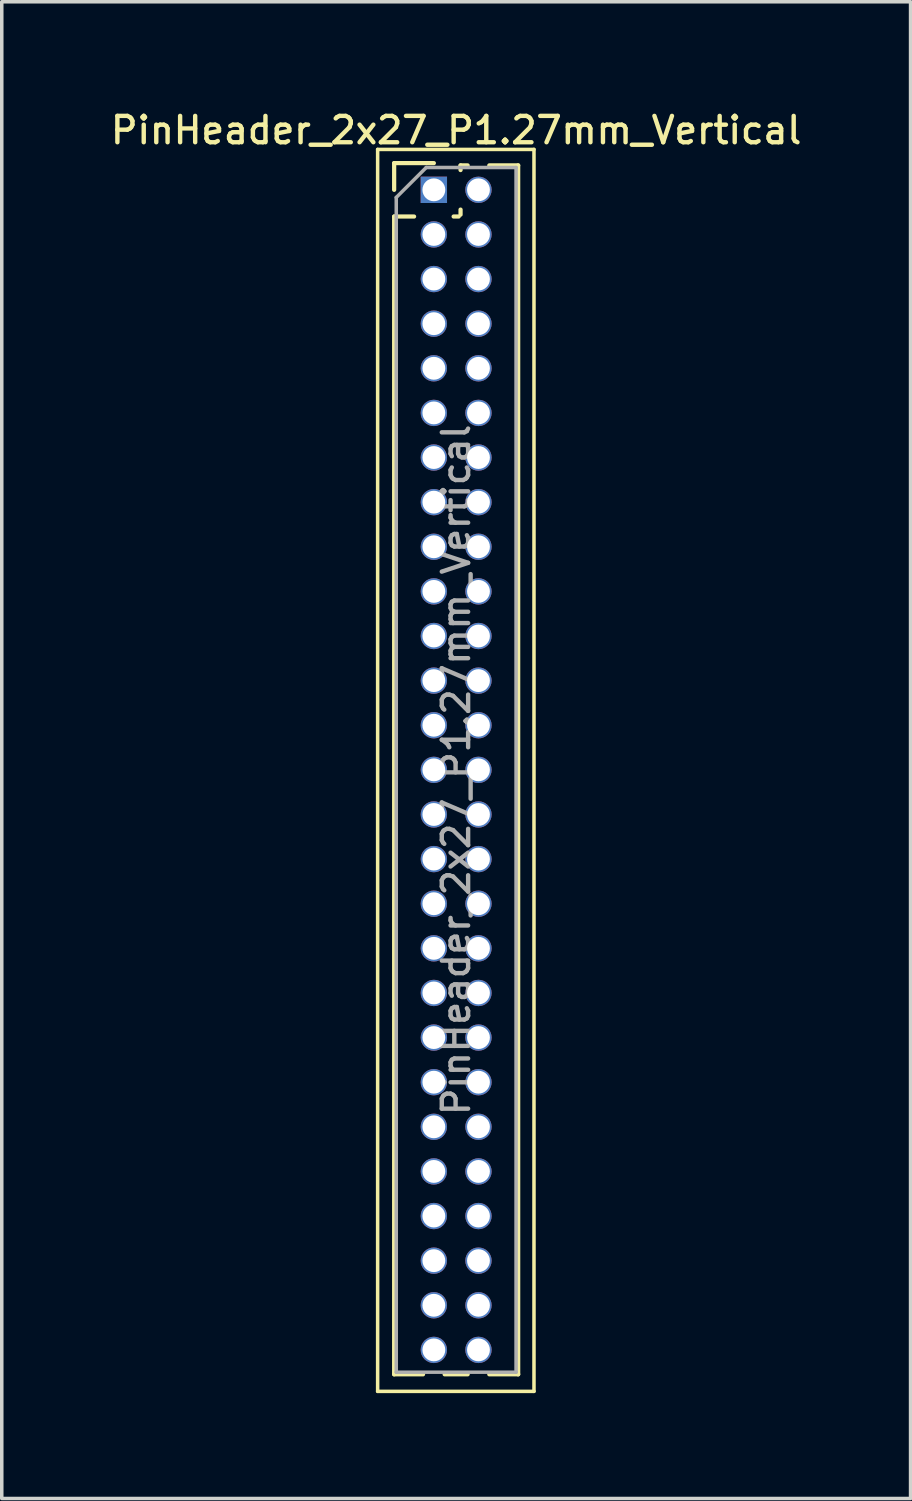
<source format=kicad_pcb>
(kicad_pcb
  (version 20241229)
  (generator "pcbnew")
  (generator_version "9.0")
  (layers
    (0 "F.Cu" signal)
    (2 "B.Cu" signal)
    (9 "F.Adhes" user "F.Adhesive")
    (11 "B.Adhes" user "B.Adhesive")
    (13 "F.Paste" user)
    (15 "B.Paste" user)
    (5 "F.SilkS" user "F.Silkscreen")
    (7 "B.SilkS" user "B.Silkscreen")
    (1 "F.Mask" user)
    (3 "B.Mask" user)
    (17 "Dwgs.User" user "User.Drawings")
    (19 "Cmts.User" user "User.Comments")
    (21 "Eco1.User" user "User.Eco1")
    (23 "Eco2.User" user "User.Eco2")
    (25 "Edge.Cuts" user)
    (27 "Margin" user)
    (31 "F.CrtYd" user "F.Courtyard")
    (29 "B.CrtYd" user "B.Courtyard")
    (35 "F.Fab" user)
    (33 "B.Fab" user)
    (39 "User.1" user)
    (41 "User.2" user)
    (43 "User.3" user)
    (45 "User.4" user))
  (footprint "PinHeader_2x27_P1.27mm_Vertical"
    (layer "F.Cu")
    (at 9.299 2.353)
    (property "Reference" "PinHeader_2x27_P1.27mm_Vertical" (at 0.635 -1.695 0) (layer "F.SilkS") (effects (font (size 0.75 0.75) (thickness 0.125))))
    (attr through_hole)
    (fp_line (start -1.6 -1.15) (end -1.6 34.2) (stroke (width 0.1) (type solid)) (layer "F.SilkS"))
    (fp_line (start -1.6 34.2) (end 2.85 34.2) (stroke (width 0.1) (type solid)) (layer "F.SilkS"))
    (fp_line (start -1.13 -0.76) (end 0 -0.76) (stroke (width 0.12) (type solid)) (layer "F.SilkS"))
    (fp_line (start -1.13 0) (end -1.13 -0.76) (stroke (width 0.12) (type solid)) (layer "F.SilkS"))
    (fp_line (start -1.13 0.76) (end -1.13 33.715) (stroke (width 0.12) (type solid)) (layer "F.SilkS"))
    (fp_line (start -1.13 0.76) (end -0.563 0.76) (stroke (width 0.12) (type solid)) (layer "F.SilkS"))
    (fp_line (start -1.13 33.715) (end -0.308 33.715) (stroke (width 0.12) (type solid)) (layer "F.SilkS"))
    (fp_line (start 0.308 33.715) (end 0.962 33.715) (stroke (width 0.12) (type solid)) (layer "F.SilkS"))
    (fp_line (start 0.563 0.76) (end 0.707 0.76) (stroke (width 0.12) (type solid)) (layer "F.SilkS"))
    (fp_line (start 0.76 -0.695) (end 0.962 -0.695) (stroke (width 0.12) (type solid)) (layer "F.SilkS"))
    (fp_line (start 0.76 -0.563) (end 0.76 -0.695) (stroke (width 0.12) (type solid)) (layer "F.SilkS"))
    (fp_line (start 0.76 0.707) (end 0.76 0.563) (stroke (width 0.12) (type solid)) (layer "F.SilkS"))
    (fp_line (start 1.578 -0.695) (end 2.4 -0.695) (stroke (width 0.12) (type solid)) (layer "F.SilkS"))
    (fp_line (start 1.578 33.715) (end 2.4 33.715) (stroke (width 0.12) (type solid)) (layer "F.SilkS"))
    (fp_line (start 2.4 -0.695) (end 2.4 33.715) (stroke (width 0.12) (type solid)) (layer "F.SilkS"))
    (fp_line (start 2.85 -1.15) (end -1.6 -1.15) (stroke (width 0.1) (type solid)) (layer "F.SilkS"))
    (fp_line (start 2.85 34.2) (end 2.85 -1.15) (stroke (width 0.1) (type solid)) (layer "F.SilkS"))
    (fp_line (start -1.07 0.217) (end -0.217 -0.635) (stroke (width 0.1) (type solid)) (layer "F.Fab"))
    (fp_line (start -1.07 33.655) (end -1.07 0.217) (stroke (width 0.1) (type solid)) (layer "F.Fab"))
    (fp_line (start -0.217 -0.635) (end 2.34 -0.635) (stroke (width 0.1) (type solid)) (layer "F.Fab"))
    (fp_line (start 2.34 -0.635) (end 2.34 33.655) (stroke (width 0.1) (type solid)) (layer "F.Fab"))
    (fp_line (start 2.34 33.655) (end -1.07 33.655) (stroke (width 0.1) (type solid)) (layer "F.Fab"))
    (fp_text user "${REFERENCE}" (at 0.635 16.51 90) (layer "F.Fab") (effects (font (size 0.75 0.75) (thickness 0.125))))
    (pad "1" thru_hole rect (at 0 0) (size 0.75 0.75) (drill 0.65) (layers "*.Cu" "*.Mask"))
    (pad "2" thru_hole oval (at 1.27 0) (size 0.75 0.75) (drill 0.65) (layers "*.Cu" "*.Mask"))
    (pad "3" thru_hole oval (at 0 1.27) (size 0.75 0.75) (drill 0.65) (layers "*.Cu" "*.Mask"))
    (pad "4" thru_hole oval (at 1.27 1.27) (size 0.75 0.75) (drill 0.65) (layers "*.Cu" "*.Mask"))
    (pad "5" thru_hole oval (at 0 2.54) (size 0.75 0.75) (drill 0.65) (layers "*.Cu" "*.Mask"))
    (pad "6" thru_hole oval (at 1.27 2.54) (size 0.75 0.75) (drill 0.65) (layers "*.Cu" "*.Mask"))
    (pad "7" thru_hole oval (at 0 3.81) (size 0.75 0.75) (drill 0.65) (layers "*.Cu" "*.Mask"))
    (pad "8" thru_hole oval (at 1.27 3.81) (size 0.75 0.75) (drill 0.65) (layers "*.Cu" "*.Mask"))
    (pad "9" thru_hole oval (at 0 5.08) (size 0.75 0.75) (drill 0.65) (layers "*.Cu" "*.Mask"))
    (pad "10" thru_hole oval (at 1.27 5.08) (size 0.75 0.75) (drill 0.65) (layers "*.Cu" "*.Mask"))
    (pad "11" thru_hole oval (at 0 6.35) (size 0.75 0.75) (drill 0.65) (layers "*.Cu" "*.Mask"))
    (pad "12" thru_hole oval (at 1.27 6.35) (size 0.75 0.75) (drill 0.65) (layers "*.Cu" "*.Mask"))
    (pad "13" thru_hole oval (at 0 7.62) (size 0.75 0.75) (drill 0.65) (layers "*.Cu" "*.Mask"))
    (pad "14" thru_hole oval (at 1.27 7.62) (size 0.75 0.75) (drill 0.65) (layers "*.Cu" "*.Mask"))
    (pad "15" thru_hole oval (at 0 8.89) (size 0.75 0.75) (drill 0.65) (layers "*.Cu" "*.Mask"))
    (pad "16" thru_hole oval (at 1.27 8.89) (size 0.75 0.75) (drill 0.65) (layers "*.Cu" "*.Mask"))
    (pad "17" thru_hole oval (at 0 10.16) (size 0.75 0.75) (drill 0.65) (layers "*.Cu" "*.Mask"))
    (pad "18" thru_hole oval (at 1.27 10.16) (size 0.75 0.75) (drill 0.65) (layers "*.Cu" "*.Mask"))
    (pad "19" thru_hole oval (at 0 11.43) (size 0.75 0.75) (drill 0.65) (layers "*.Cu" "*.Mask"))
    (pad "20" thru_hole oval (at 1.27 11.43) (size 0.75 0.75) (drill 0.65) (layers "*.Cu" "*.Mask"))
    (pad "21" thru_hole oval (at 0 12.7) (size 0.75 0.75) (drill 0.65) (layers "*.Cu" "*.Mask"))
    (pad "22" thru_hole oval (at 1.27 12.7) (size 0.75 0.75) (drill 0.65) (layers "*.Cu" "*.Mask"))
    (pad "23" thru_hole oval (at 0 13.97) (size 0.75 0.75) (drill 0.65) (layers "*.Cu" "*.Mask"))
    (pad "24" thru_hole oval (at 1.27 13.97) (size 0.75 0.75) (drill 0.65) (layers "*.Cu" "*.Mask"))
    (pad "25" thru_hole oval (at 0 15.24) (size 0.75 0.75) (drill 0.65) (layers "*.Cu" "*.Mask"))
    (pad "26" thru_hole oval (at 1.27 15.24) (size 0.75 0.75) (drill 0.65) (layers "*.Cu" "*.Mask"))
    (pad "27" thru_hole oval (at 0 16.51) (size 0.75 0.75) (drill 0.65) (layers "*.Cu" "*.Mask"))
    (pad "28" thru_hole oval (at 1.27 16.51) (size 0.75 0.75) (drill 0.65) (layers "*.Cu" "*.Mask"))
    (pad "29" thru_hole oval (at 0 17.78) (size 0.75 0.75) (drill 0.65) (layers "*.Cu" "*.Mask"))
    (pad "30" thru_hole oval (at 1.27 17.78) (size 0.75 0.75) (drill 0.65) (layers "*.Cu" "*.Mask"))
    (pad "31" thru_hole oval (at 0 19.05) (size 0.75 0.75) (drill 0.65) (layers "*.Cu" "*.Mask"))
    (pad "32" thru_hole oval (at 1.27 19.05) (size 0.75 0.75) (drill 0.65) (layers "*.Cu" "*.Mask"))
    (pad "33" thru_hole oval (at 0 20.32) (size 0.75 0.75) (drill 0.65) (layers "*.Cu" "*.Mask"))
    (pad "34" thru_hole oval (at 1.27 20.32) (size 0.75 0.75) (drill 0.65) (layers "*.Cu" "*.Mask"))
    (pad "35" thru_hole oval (at 0 21.59) (size 0.75 0.75) (drill 0.65) (layers "*.Cu" "*.Mask"))
    (pad "36" thru_hole oval (at 1.27 21.59) (size 0.75 0.75) (drill 0.65) (layers "*.Cu" "*.Mask"))
    (pad "37" thru_hole oval (at 0 22.86) (size 0.75 0.75) (drill 0.65) (layers "*.Cu" "*.Mask"))
    (pad "38" thru_hole oval (at 1.27 22.86) (size 0.75 0.75) (drill 0.65) (layers "*.Cu" "*.Mask"))
    (pad "39" thru_hole oval (at 0 24.13) (size 0.75 0.75) (drill 0.65) (layers "*.Cu" "*.Mask"))
    (pad "40" thru_hole oval (at 1.27 24.13) (size 0.75 0.75) (drill 0.65) (layers "*.Cu" "*.Mask"))
    (pad "41" thru_hole oval (at 0 25.4) (size 0.75 0.75) (drill 0.65) (layers "*.Cu" "*.Mask"))
    (pad "42" thru_hole oval (at 1.27 25.4) (size 0.75 0.75) (drill 0.65) (layers "*.Cu" "*.Mask"))
    (pad "43" thru_hole oval (at 0 26.67) (size 0.75 0.75) (drill 0.65) (layers "*.Cu" "*.Mask"))
    (pad "44" thru_hole oval (at 1.27 26.67) (size 0.75 0.75) (drill 0.65) (layers "*.Cu" "*.Mask"))
    (pad "45" thru_hole oval (at 0 27.94) (size 0.75 0.75) (drill 0.65) (layers "*.Cu" "*.Mask"))
    (pad "46" thru_hole oval (at 1.27 27.94) (size 0.75 0.75) (drill 0.65) (layers "*.Cu" "*.Mask"))
    (pad "47" thru_hole oval (at 0 29.21) (size 0.75 0.75) (drill 0.65) (layers "*.Cu" "*.Mask"))
    (pad "48" thru_hole oval (at 1.27 29.21) (size 0.75 0.75) (drill 0.65) (layers "*.Cu" "*.Mask"))
    (pad "49" thru_hole oval (at 0 30.48) (size 0.75 0.75) (drill 0.65) (layers "*.Cu" "*.Mask"))
    (pad "50" thru_hole oval (at 1.27 30.48) (size 0.75 0.75) (drill 0.65) (layers "*.Cu" "*.Mask"))
    (pad "51" thru_hole oval (at 0 31.75) (size 0.75 0.75) (drill 0.65) (layers "*.Cu" "*.Mask"))
    (pad "52" thru_hole oval (at 1.27 31.75) (size 0.75 0.75) (drill 0.65) (layers "*.Cu" "*.Mask"))
    (pad "53" thru_hole oval (at 0 33.02) (size 0.75 0.75) (drill 0.65) (layers "*.Cu" "*.Mask"))
    (pad "54" thru_hole oval (at 1.27 33.02) (size 0.75 0.75) (drill 0.65) (layers "*.Cu" "*.Mask")))
  (gr_rect
    (start -3 -3)
    (end 22.868 39.603)
    (stroke (width 0.1) (type default))
    (fill no)
    (layer "Edge.Cuts")))
</source>
